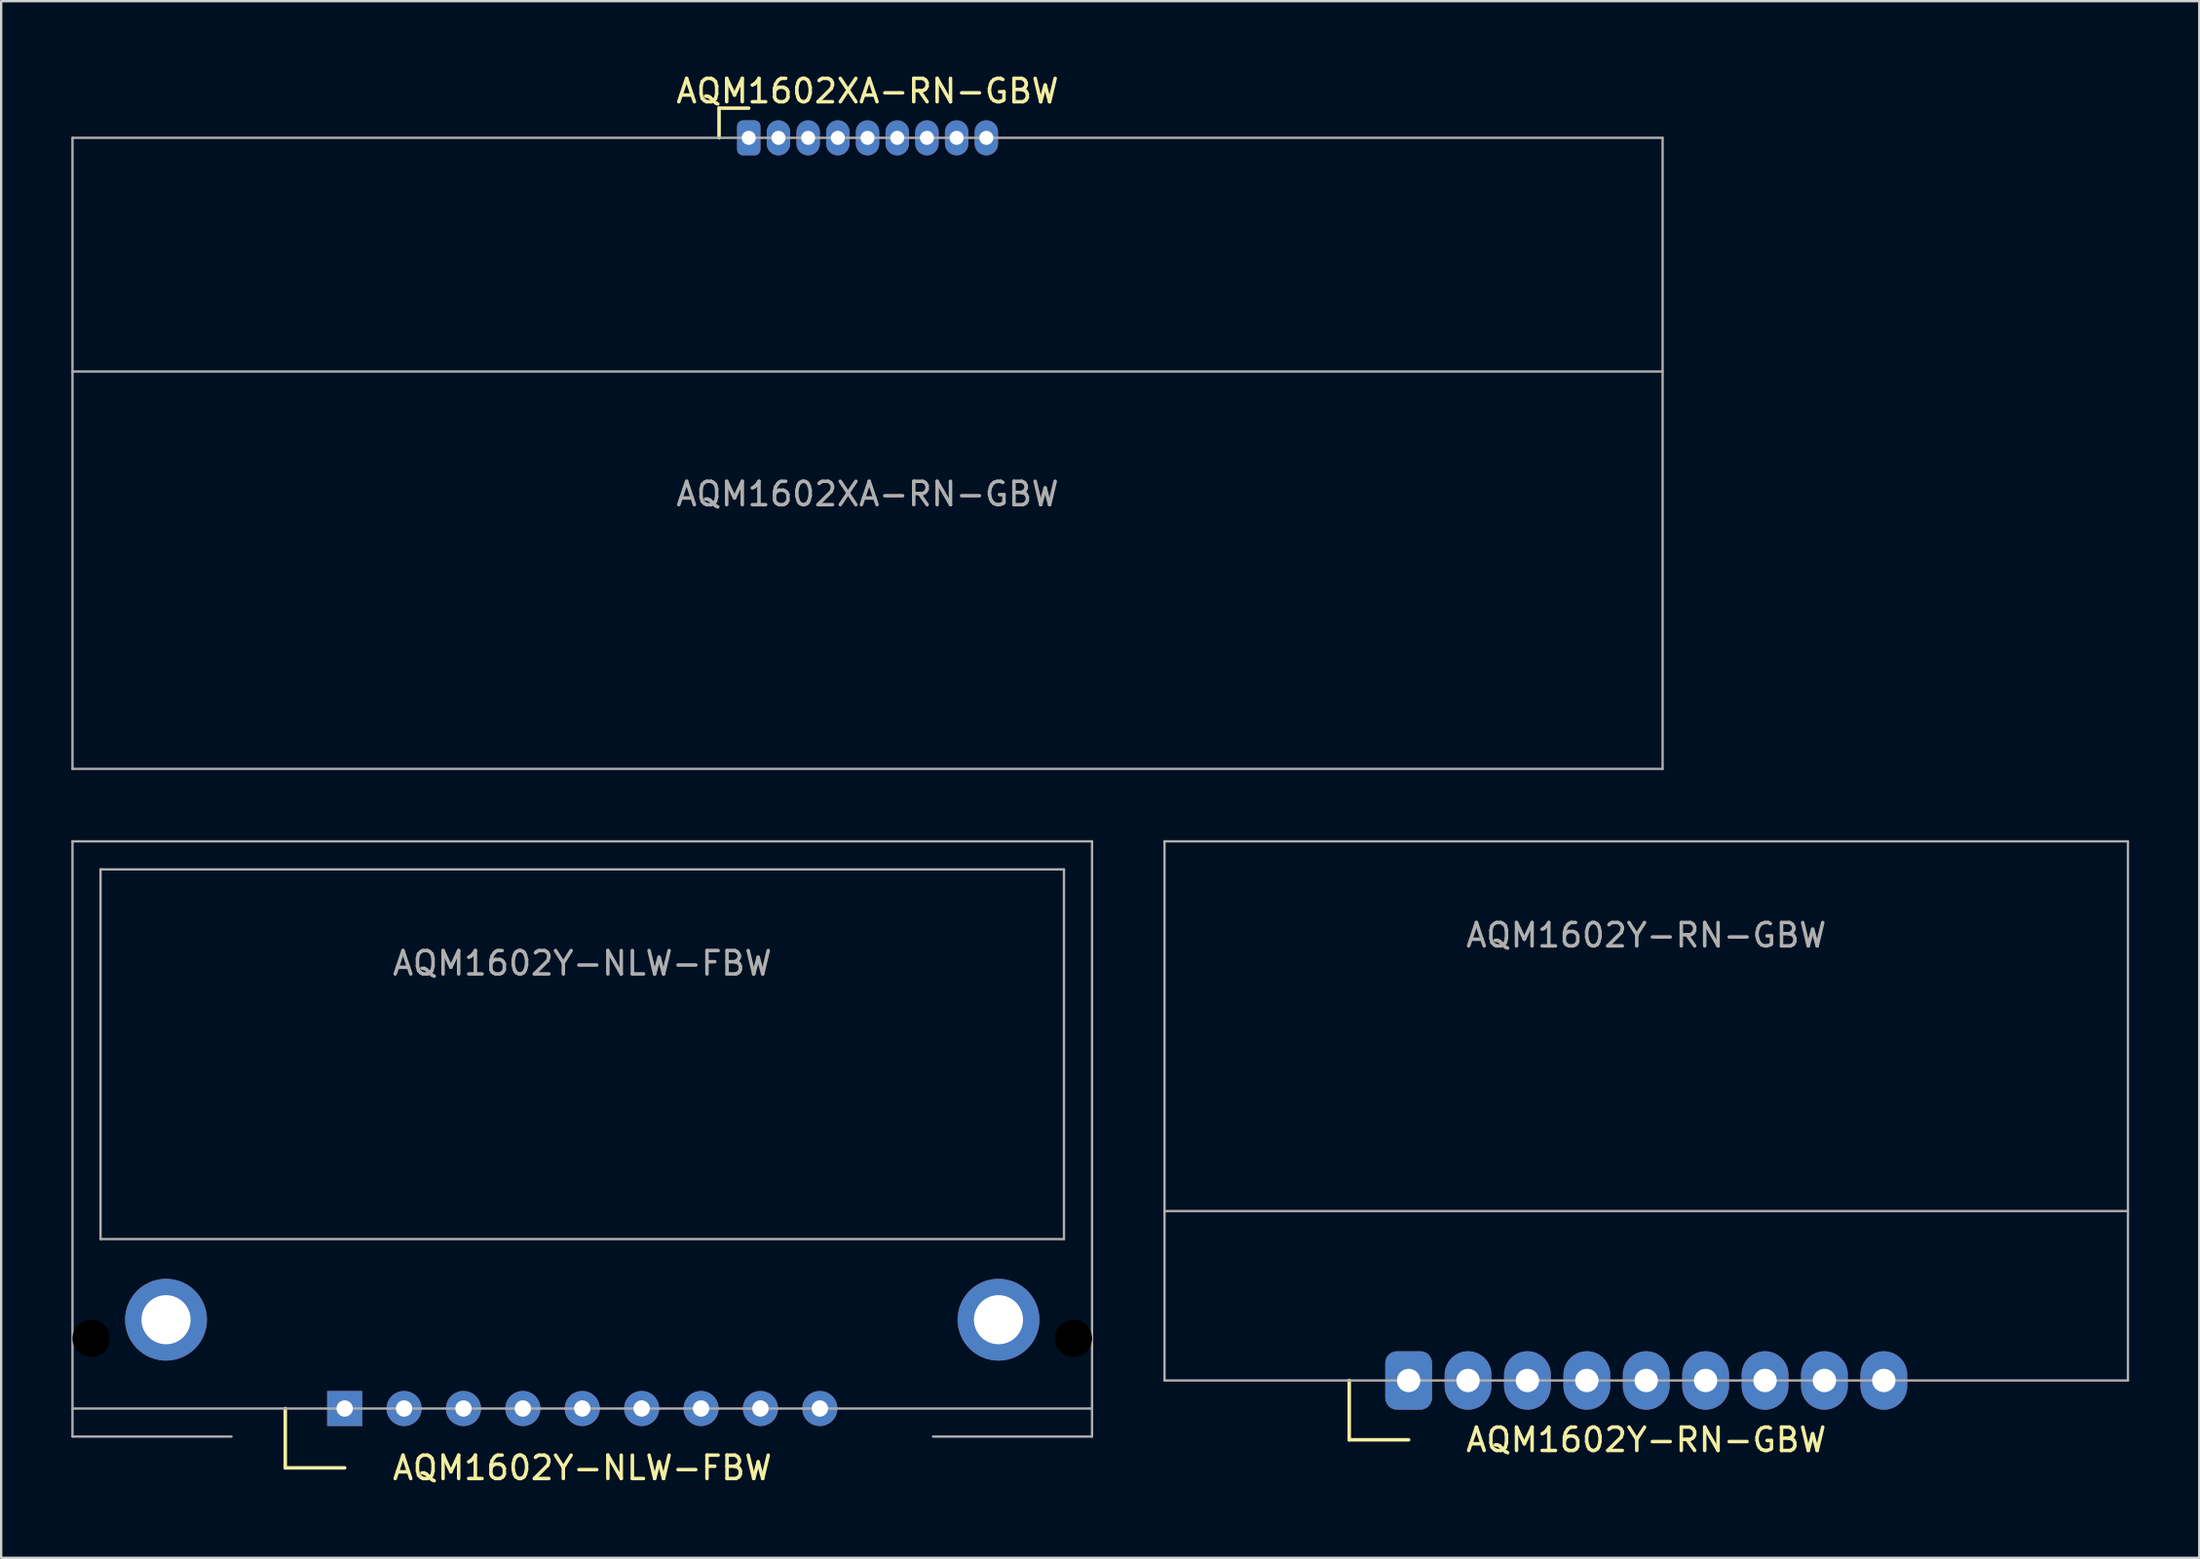
<source format=kicad_pcb>
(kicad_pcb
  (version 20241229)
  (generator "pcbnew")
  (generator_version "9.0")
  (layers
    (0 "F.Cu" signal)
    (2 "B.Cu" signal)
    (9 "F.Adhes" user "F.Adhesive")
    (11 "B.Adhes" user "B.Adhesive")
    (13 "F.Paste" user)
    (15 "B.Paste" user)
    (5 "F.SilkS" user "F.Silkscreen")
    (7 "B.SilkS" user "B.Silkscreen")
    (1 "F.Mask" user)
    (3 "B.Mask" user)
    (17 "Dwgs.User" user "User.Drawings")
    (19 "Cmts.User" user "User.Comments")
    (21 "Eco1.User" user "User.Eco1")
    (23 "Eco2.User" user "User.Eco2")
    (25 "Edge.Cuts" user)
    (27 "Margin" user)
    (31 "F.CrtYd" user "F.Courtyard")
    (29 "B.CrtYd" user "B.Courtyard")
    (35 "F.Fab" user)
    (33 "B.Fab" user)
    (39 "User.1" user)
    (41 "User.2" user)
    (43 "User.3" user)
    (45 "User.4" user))
  (footprint "AQM1602Y-NLW-FBW"
    (layer "F.Cu")
    (at 21.85 57.218)
    (property "Reference" "AQM1602Y-NLW-FBW" (at 0 2.54 0) (unlocked yes) (layer "F.SilkS") (effects (font (size 1 1) (thickness 0.15))))
    (attr through_hole)
    (fp_line (start -12.7 0) (end -12.7 2.54) (stroke (width 0.15) (type default)) (layer "F.SilkS"))
    (fp_line (start -12.7 2.54) (end -10.16 2.54) (stroke (width 0.15) (type default)) (layer "F.SilkS"))
    (fp_line (start -21.8 -24.27) (end 21.8 -24.27) (stroke (width 0.1) (type default)) (layer "F.Fab"))
    (fp_line (start -21.8 0) (end 21.8 0) (stroke (width 0.1) (type default)) (layer "F.Fab"))
    (fp_line (start -21.8 1.2) (end -21.8 -24.27) (stroke (width 0.1) (type default)) (layer "F.Fab"))
    (fp_line (start -21.8 1.2) (end -15 1.2) (stroke (width 0.1) (type default)) (layer "F.Fab"))
    (fp_line (start -20.6 -23.07) (end -20.6 -7.25) (stroke (width 0.1) (type default)) (layer "F.Fab"))
    (fp_line (start -20.6 -23.07) (end 20.6 -23.07) (stroke (width 0.1) (type default)) (layer "F.Fab"))
    (fp_line (start -20.6 -7.25) (end 20.6 -7.25) (stroke (width 0.1) (type default)) (layer "F.Fab"))
    (fp_line (start 15 1.2) (end 21.8 1.2) (stroke (width 0.1) (type default)) (layer "F.Fab"))
    (fp_line (start 20.6 -23.07) (end 20.6 -7.25) (stroke (width 0.1) (type default)) (layer "F.Fab"))
    (fp_line (start 21.8 1.2) (end 21.8 -24.27) (stroke (width 0.1) (type default)) (layer "F.Fab"))
    (fp_text user "${REFERENCE}" (at 0 -19.05 0) (unlocked yes) (layer "F.Fab") (effects (font (size 1 1) (thickness 0.15))))
    (pad "" np_thru_hole circle (at -21 -3) (size 1.6 1.6) (drill 1.6) (layers "*.Mask"))
    (pad "" np_thru_hole circle (at 21 -3) (size 1.6 1.6) (drill 1.6) (layers "*.Mask"))
    (pad "1" thru_hole rect (at -10.16 0) (size 1.5 1.5) (drill 0.7) (layers "*.Cu" "*.Mask"))
    (pad "2" thru_hole circle (at -7.62 0) (size 1.5 1.5) (drill 0.7) (layers "*.Cu" "*.Mask"))
    (pad "3" thru_hole circle (at -5.08 0) (size 1.5 1.5) (drill 0.7) (layers "*.Cu" "*.Mask"))
    (pad "4" thru_hole circle (at -2.54 0) (size 1.5 1.5) (drill 0.7) (layers "*.Cu" "*.Mask"))
    (pad "5" thru_hole circle (at 0 0) (size 1.5 1.5) (drill 0.7) (layers "*.Cu" "*.Mask"))
    (pad "6" thru_hole circle (at 2.54 0) (size 1.5 1.5) (drill 0.7) (layers "*.Cu" "*.Mask"))
    (pad "7" thru_hole circle (at 5.08 0) (size 1.5 1.5) (drill 0.7) (layers "*.Cu" "*.Mask"))
    (pad "8" thru_hole circle (at 7.62 0) (size 1.5 1.5) (drill 0.7) (layers "*.Cu" "*.Mask"))
    (pad "9" thru_hole circle (at 10.16 0) (size 1.5 1.5) (drill 0.7) (layers "*.Cu" "*.Mask"))
    (pad "10" thru_hole circle (at -17.8 -3.8) (size 3.5 3.5) (drill 2.1) (layers "*.Cu" "*.Mask"))
    (pad "11" thru_hole circle (at 17.8 -3.8) (size 3.5 3.5) (drill 2.1) (layers "*.Cu" "*.Mask")))
  (footprint "AQM1602Y-RN-GBW"
    (layer "F.Cu")
    (at 67.35 56.018)
    (property "Reference" "AQM1602Y-RN-GBW" (at 0 2.54 0) (unlocked yes) (layer "F.SilkS") (effects (font (size 1 1) (thickness 0.15))))
    (attr through_hole)
    (fp_line (start -12.7 0) (end -12.7 2.54) (stroke (width 0.15) (type default)) (layer "F.SilkS"))
    (fp_line (start -12.7 2.54) (end -10.16 2.54) (stroke (width 0.15) (type default)) (layer "F.SilkS"))
    (fp_line (start -20.6 -23.07) (end 20.6 -23.07) (stroke (width 0.1) (type default)) (layer "F.Fab"))
    (fp_line (start -20.6 -7.25) (end 20.6 -7.25) (stroke (width 0.1) (type default)) (layer "F.Fab"))
    (fp_line (start -20.6 0) (end -20.6 -23.07) (stroke (width 0.1) (type default)) (layer "F.Fab"))
    (fp_line (start -20.6 0) (end 20.6 0) (stroke (width 0.1) (type default)) (layer "F.Fab"))
    (fp_line (start 20.6 0) (end 20.6 -23.07) (stroke (width 0.1) (type default)) (layer "F.Fab"))
    (fp_text user "${REFERENCE}" (at 0 -19.05 0) (unlocked yes) (layer "F.Fab") (effects (font (size 1 1) (thickness 0.15))))
    (pad "1" thru_hole roundrect (at -10.16 0) (size 2 2.5) (drill 1) (layers "*.Cu" "*.Mask") (roundrect_rratio 0.25))
    (pad "2" thru_hole oval (at -7.62 0) (size 2 2.5) (drill 1) (layers "*.Cu" "*.Mask"))
    (pad "3" thru_hole oval (at -5.08 0) (size 2 2.5) (drill 1) (layers "*.Cu" "*.Mask"))
    (pad "4" thru_hole oval (at -2.54 0) (size 2 2.5) (drill 1) (layers "*.Cu" "*.Mask"))
    (pad "5" thru_hole oval (at 0 0) (size 2 2.5) (drill 1) (layers "*.Cu" "*.Mask"))
    (pad "6" thru_hole oval (at 2.54 0) (size 2 2.5) (drill 1) (layers "*.Cu" "*.Mask"))
    (pad "7" thru_hole oval (at 5.08 0) (size 2 2.5) (drill 1) (layers "*.Cu" "*.Mask"))
    (pad "8" thru_hole oval (at 7.62 0) (size 2 2.5) (drill 1) (layers "*.Cu" "*.Mask"))
    (pad "9" thru_hole oval (at 10.16 0) (size 2 2.5) (drill 1) (layers "*.Cu" "*.Mask")))
  (footprint "AQM1602XA-RN-GBW"
    (layer "F.Cu")
    (at 34.05 2.848)
    (property "Reference" "AQM1602XA-RN-GBW" (at 0 -2 0) (unlocked yes) (layer "F.SilkS") (effects (font (size 1 1) (thickness 0.15))))
    (attr through_hole)
    (fp_line (start -6.35 -1.27) (end -6.35 0) (stroke (width 0.15) (type default)) (layer "F.SilkS"))
    (fp_line (start -5.08 -1.27) (end -6.35 -1.27) (stroke (width 0.15) (type default)) (layer "F.SilkS"))
    (fp_line (start -34 0) (end -34 27) (stroke (width 0.1) (type default)) (layer "F.Fab"))
    (fp_line (start -34 0) (end 34 0) (stroke (width 0.1) (type default)) (layer "F.Fab"))
    (fp_line (start -34 10) (end 34 10) (stroke (width 0.1) (type default)) (layer "F.Fab"))
    (fp_line (start -34 27) (end 34 27) (stroke (width 0.1) (type default)) (layer "F.Fab"))
    (fp_line (start 34 0) (end 34 27) (stroke (width 0.1) (type default)) (layer "F.Fab"))
    (fp_text user "${REFERENCE}" (at 0 15.24 0) (unlocked yes) (layer "F.Fab") (effects (font (size 1 1) (thickness 0.15))))
    (pad "1" thru_hole roundrect (at -5.08 0) (size 1 1.5) (drill 0.6) (layers "*.Cu" "*.Mask") (roundrect_rratio 0.25))
    (pad "2" thru_hole oval (at -3.81 0) (size 1 1.5) (drill 0.6) (layers "*.Cu" "*.Mask"))
    (pad "3" thru_hole oval (at -2.54 0) (size 1 1.5) (drill 0.6) (layers "*.Cu" "*.Mask"))
    (pad "4" thru_hole oval (at -1.27 0) (size 1 1.5) (drill 0.6) (layers "*.Cu" "*.Mask"))
    (pad "5" thru_hole oval (at 0 0) (size 1 1.5) (drill 0.6) (layers "*.Cu" "*.Mask"))
    (pad "6" thru_hole oval (at 1.27 0) (size 1 1.5) (drill 0.6) (layers "*.Cu" "*.Mask"))
    (pad "7" thru_hole oval (at 2.54 0) (size 1 1.5) (drill 0.6) (layers "*.Cu" "*.Mask"))
    (pad "8" thru_hole oval (at 3.81 0) (size 1 1.5) (drill 0.6) (layers "*.Cu" "*.Mask"))
    (pad "9" thru_hole oval (at 5.08 0) (size 1 1.5) (drill 0.6) (layers "*.Cu" "*.Mask")))
  (gr_rect
    (start -3 -3)
    (end 91 63.606)
    (stroke (width 0.1) (type default))
    (fill no)
    (layer "Edge.Cuts")))
</source>
